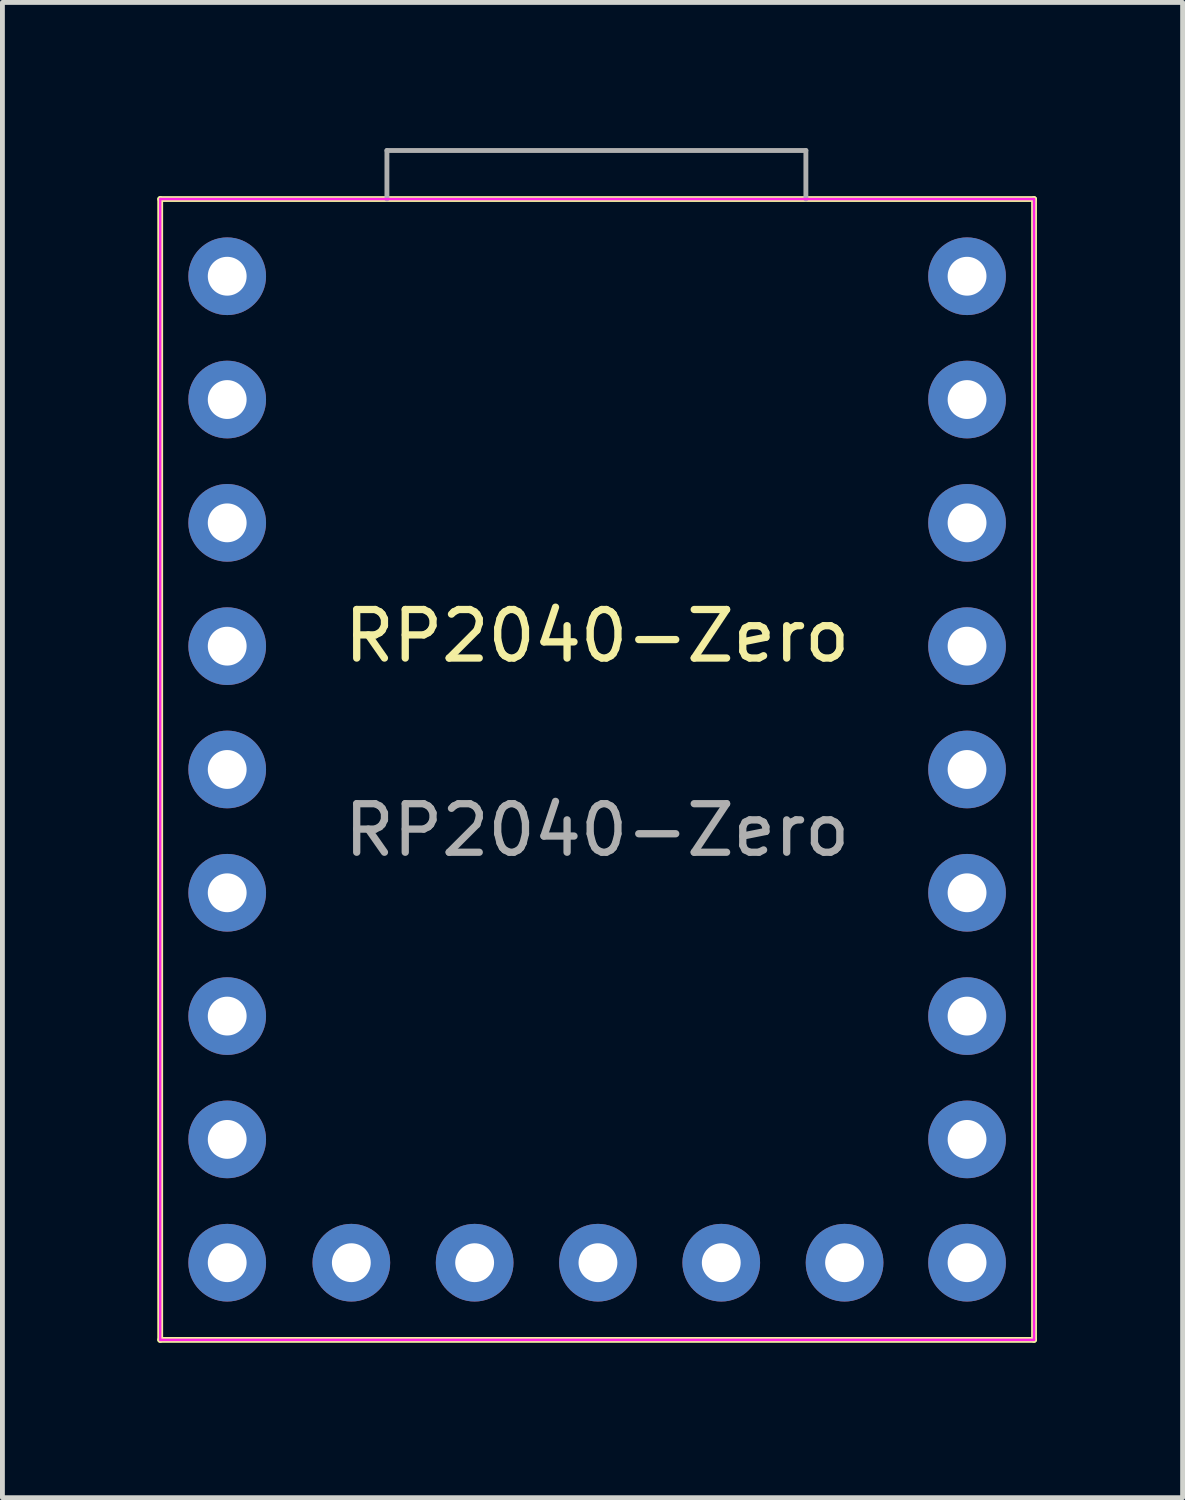
<source format=kicad_pcb>
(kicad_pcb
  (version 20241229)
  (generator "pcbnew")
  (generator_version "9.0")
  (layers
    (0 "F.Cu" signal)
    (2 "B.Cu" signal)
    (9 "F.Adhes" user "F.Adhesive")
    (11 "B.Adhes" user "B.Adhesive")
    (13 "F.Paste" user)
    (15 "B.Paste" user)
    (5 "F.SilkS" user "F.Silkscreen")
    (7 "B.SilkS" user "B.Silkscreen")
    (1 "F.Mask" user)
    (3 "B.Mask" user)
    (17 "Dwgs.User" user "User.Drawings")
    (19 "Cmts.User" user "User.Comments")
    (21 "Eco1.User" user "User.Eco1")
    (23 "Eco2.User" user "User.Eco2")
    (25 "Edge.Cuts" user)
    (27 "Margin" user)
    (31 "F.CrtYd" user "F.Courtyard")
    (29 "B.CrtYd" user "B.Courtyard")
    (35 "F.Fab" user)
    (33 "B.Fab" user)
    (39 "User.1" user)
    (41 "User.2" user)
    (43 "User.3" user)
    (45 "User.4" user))
  (footprint "RP2040-Zero"
    (layer "F.Cu")
    (at 0.25 24.55)
    (property "Reference" "RP2040-Zero" (at 9 -14.5 0) (unlocked yes) (layer "F.SilkS") (effects (font (size 1 1) (thickness 0.15))))
    (attr through_hole)
    (fp_line (start 0 -23.5) (end 0 0) (stroke (width 0.12) (type solid)) (layer "F.SilkS"))
    (fp_line (start 0 0) (end 18 0) (stroke (width 0.12) (type solid)) (layer "F.SilkS"))
    (fp_line (start 18 -23.5) (end 0 -23.5) (stroke (width 0.12) (type solid)) (layer "F.SilkS"))
    (fp_line (start 18 0) (end 18 -23.5) (stroke (width 0.12) (type solid)) (layer "F.SilkS"))
    (fp_line (start 0 -23.5) (end 18 -23.5) (stroke (width 0.05) (type solid)) (layer "F.CrtYd"))
    (fp_line (start 0 0) (end 0 -23.5) (stroke (width 0.05) (type solid)) (layer "F.CrtYd"))
    (fp_line (start 18 -23.5) (end 18 0) (stroke (width 0.05) (type solid)) (layer "F.CrtYd"))
    (fp_line (start 18 0) (end 0 0) (stroke (width 0.05) (type solid)) (layer "F.CrtYd"))
    (fp_line (start 4.67 -24.5) (end 4.67 -23.5) (stroke (width 0.1) (type solid)) (layer "F.Fab"))
    (fp_line (start 4.67 -24.5) (end 13.3 -24.5) (stroke (width 0.1) (type solid)) (layer "F.Fab"))
    (fp_line (start 13.3 -24.5) (end 13.3 -23.5) (stroke (width 0.1) (type solid)) (layer "F.Fab"))
    (fp_text user "${REFERENCE}" (at 9 -10.5 0) (unlocked yes) (layer "F.Fab") (effects (font (size 1 1) (thickness 0.15))))
    (pad "1" thru_hole circle (at 16.62 -21.91) (size 1.6 1.6) (drill 0.8) (layers "*.Cu" "*.Mask"))
    (pad "2" thru_hole circle (at 16.62 -19.37) (size 1.6 1.6) (drill 0.8) (layers "*.Cu" "*.Mask"))
    (pad "3" thru_hole circle (at 16.62 -16.83) (size 1.6 1.6) (drill 0.8) (layers "*.Cu" "*.Mask"))
    (pad "4" thru_hole circle (at 16.62 -14.29) (size 1.6 1.6) (drill 0.8) (layers "*.Cu" "*.Mask"))
    (pad "5" thru_hole circle (at 16.62 -11.75) (size 1.6 1.6) (drill 0.8) (layers "*.Cu" "*.Mask"))
    (pad "6" thru_hole circle (at 16.62 -9.21) (size 1.6 1.6) (drill 0.8) (layers "*.Cu" "*.Mask"))
    (pad "7" thru_hole circle (at 16.62 -6.67) (size 1.6 1.6) (drill 0.8) (layers "*.Cu" "*.Mask"))
    (pad "8" thru_hole circle (at 16.62 -4.13) (size 1.6 1.6) (drill 0.8) (layers "*.Cu" "*.Mask"))
    (pad "9" thru_hole circle (at 16.62 -1.59) (size 1.6 1.6) (drill 0.8) (layers "*.Cu" "*.Mask"))
    (pad "10" thru_hole circle (at 14.097 -1.59) (size 1.6 1.6) (drill 0.8) (layers "*.Cu" "*.Mask"))
    (pad "11" thru_hole circle (at 11.557 -1.59) (size 1.6 1.6) (drill 0.8) (layers "*.Cu" "*.Mask"))
    (pad "12" thru_hole circle (at 9.017 -1.59) (size 1.6 1.6) (drill 0.8) (layers "*.Cu" "*.Mask"))
    (pad "13" thru_hole circle (at 6.477 -1.59) (size 1.6 1.6) (drill 0.8) (layers "*.Cu" "*.Mask"))
    (pad "14" thru_hole circle (at 3.937 -1.59) (size 1.6 1.6) (drill 0.8) (layers "*.Cu" "*.Mask"))
    (pad "15" thru_hole circle (at 1.38 -1.59) (size 1.6 1.6) (drill 0.8) (layers "*.Cu" "*.Mask"))
    (pad "16" thru_hole circle (at 1.38 -4.13) (size 1.6 1.6) (drill 0.8) (layers "*.Cu" "*.Mask"))
    (pad "17" thru_hole circle (at 1.38 -6.67) (size 1.6 1.6) (drill 0.8) (layers "*.Cu" "*.Mask"))
    (pad "18" thru_hole circle (at 1.38 -9.21) (size 1.6 1.6) (drill 0.8) (layers "*.Cu" "*.Mask"))
    (pad "19" thru_hole circle (at 1.38 -11.75) (size 1.6 1.6) (drill 0.8) (layers "*.Cu" "*.Mask"))
    (pad "20" thru_hole circle (at 1.38 -14.29) (size 1.6 1.6) (drill 0.8) (layers "*.Cu" "*.Mask"))
    (pad "21" thru_hole circle (at 1.38 -16.83) (size 1.6 1.6) (drill 0.8) (layers "*.Cu" "*.Mask"))
    (pad "22" thru_hole circle (at 1.38 -21.91) (size 1.6 1.6) (drill 0.8) (layers "*.Cu" "*.Mask"))
    (pad "23" thru_hole circle (at 1.38 -19.37) (size 1.6 1.6) (drill 0.8) (layers "*.Cu" "*.Mask")))
  (gr_rect
    (start -3 -3)
    (end 21.31 27.8)
    (stroke (width 0.1) (type default))
    (fill no)
    (layer "Edge.Cuts")))
</source>
